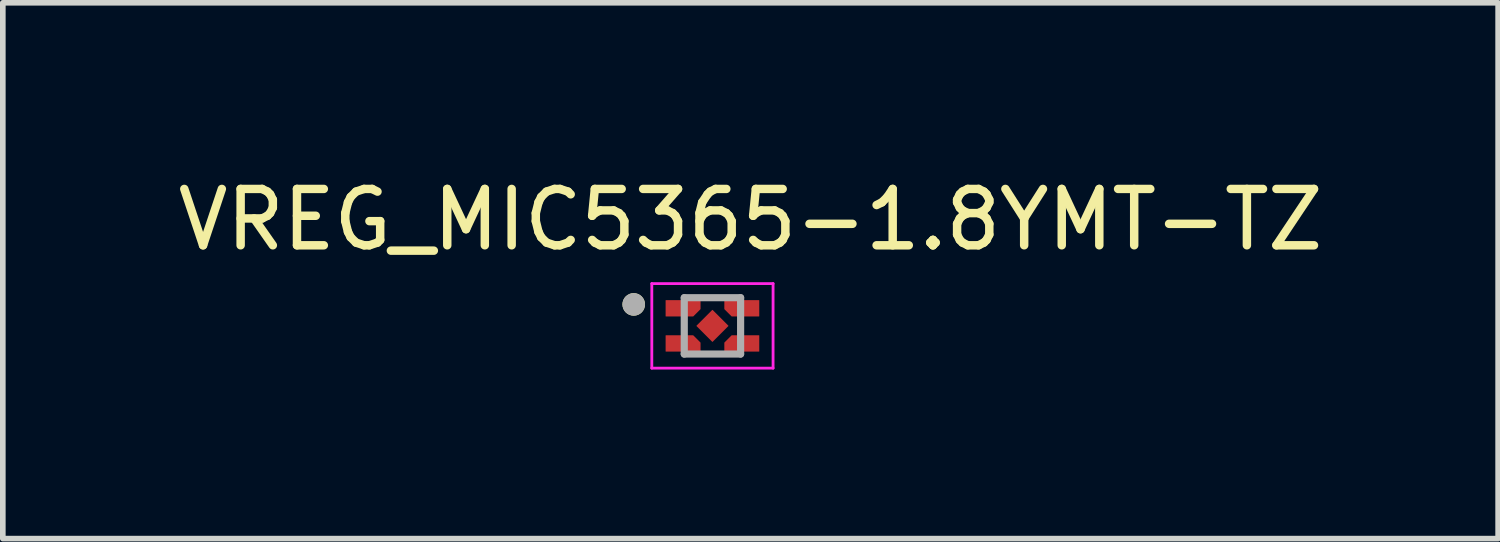
<source format=kicad_pcb>
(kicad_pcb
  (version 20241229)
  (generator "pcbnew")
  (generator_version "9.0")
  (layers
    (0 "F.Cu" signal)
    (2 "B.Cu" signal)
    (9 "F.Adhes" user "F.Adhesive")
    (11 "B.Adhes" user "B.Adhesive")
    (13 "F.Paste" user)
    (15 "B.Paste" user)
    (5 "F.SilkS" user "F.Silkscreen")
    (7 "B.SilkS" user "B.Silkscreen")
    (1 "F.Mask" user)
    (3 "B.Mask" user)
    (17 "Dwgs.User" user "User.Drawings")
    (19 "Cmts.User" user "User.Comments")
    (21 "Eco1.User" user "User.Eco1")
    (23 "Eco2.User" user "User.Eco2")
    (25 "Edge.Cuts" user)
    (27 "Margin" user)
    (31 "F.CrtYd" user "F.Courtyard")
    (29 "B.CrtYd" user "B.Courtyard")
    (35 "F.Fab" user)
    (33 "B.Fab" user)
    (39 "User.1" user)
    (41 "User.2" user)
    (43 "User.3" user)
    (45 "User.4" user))
  (footprint "VREG_MIC5365-1.8YMT-TZ"
    (layer "F.Cu")
    (at 9.593 2.733)
    (property "Reference" "VREG_MIC5365-1.8YMT-TZ" (at 0.675 -1.885 0) (layer "F.SilkS") (effects (font (size 1 1) (thickness 0.15))))
    (attr smd)
    (fp_poly (pts (xy -0.35 0) (xy 0 0.35) (xy 0.35 0) (xy 0 -0.35)) (stroke (width 0.01) (type solid)) (fill yes) (layer "F.Mask"))
    (fp_poly (pts (xy -0.875 0.123) (xy -0.875 0.502) (xy -0.166 0.502) (xy -0.166 0.273) (xy -0.316 0.123)) (stroke (width 0.01) (type solid)) (fill yes) (layer "F.Mask"))
    (fp_poly (pts (xy -0.166 -0.502) (xy -0.166 -0.273) (xy -0.316 -0.123) (xy -0.875 -0.123) (xy -0.875 -0.502)) (stroke (width 0.01) (type solid)) (fill yes) (layer "F.Mask"))
    (fp_poly (pts (xy 0.166 -0.502) (xy 0.166 -0.273) (xy 0.316 -0.123) (xy 0.875 -0.123) (xy 0.875 -0.502)) (stroke (width 0.01) (type solid)) (fill yes) (layer "F.Mask"))
    (fp_poly (pts (xy 0.875 0.502) (xy 0.166 0.502) (xy 0.166 0.273) (xy 0.316 0.123) (xy 0.875 0.123)) (stroke (width 0.01) (type solid)) (fill yes) (layer "F.Mask"))
    (fp_circle (center -1.397 -0.381) (end -1.297 -0.381) (stroke (width 0.2) (type solid)) (fill no) (layer "F.SilkS"))
    (fp_poly (pts (xy -0.279 0) (xy 0 0.279) (xy 0.279 0) (xy 0 -0.279)) (stroke (width 0.01) (type solid)) (fill yes) (layer "F.Paste"))
    (fp_poly (pts (xy -0.826 -0.452) (xy -0.826 -0.173) (xy -0.343 -0.173) (xy -0.216 -0.3) (xy -0.216 -0.452)) (stroke (width 0.01) (type solid)) (fill yes) (layer "F.Paste"))
    (fp_poly (pts (xy -0.826 0.452) (xy -0.826 0.173) (xy -0.343 0.173) (xy -0.216 0.3) (xy -0.216 0.452)) (stroke (width 0.01) (type solid)) (fill yes) (layer "F.Paste"))
    (fp_poly (pts (xy 0.826 -0.452) (xy 0.826 -0.173) (xy 0.343 -0.173) (xy 0.216 -0.3) (xy 0.216 -0.452)) (stroke (width 0.01) (type solid)) (fill yes) (layer "F.Paste"))
    (fp_poly (pts (xy 0.826 0.452) (xy 0.826 0.173) (xy 0.343 0.173) (xy 0.216 0.3) (xy 0.216 0.452)) (stroke (width 0.01) (type solid)) (fill yes) (layer "F.Paste"))
    (fp_line (start -1.076 -0.75) (end 1.076 -0.75) (stroke (width 0.05) (type solid)) (layer "F.CrtYd"))
    (fp_line (start -1.076 0.75) (end -1.076 -0.75) (stroke (width 0.05) (type solid)) (layer "F.CrtYd"))
    (fp_line (start 1.076 -0.75) (end 1.076 0.75) (stroke (width 0.05) (type solid)) (layer "F.CrtYd"))
    (fp_line (start 1.076 0.75) (end -1.076 0.75) (stroke (width 0.05) (type solid)) (layer "F.CrtYd"))
    (fp_line (start -0.5 -0.5) (end -0.5 0.5) (stroke (width 0.127) (type solid)) (layer "F.Fab"))
    (fp_line (start -0.5 0.5) (end 0.5 0.5) (stroke (width 0.127) (type solid)) (layer "F.Fab"))
    (fp_line (start 0.5 -0.5) (end -0.5 -0.5) (stroke (width 0.127) (type solid)) (layer "F.Fab"))
    (fp_line (start 0.5 0.5) (end 0.5 -0.5) (stroke (width 0.127) (type solid)) (layer "F.Fab"))
    (fp_circle (center -1.397 -0.381) (end -1.297 -0.381) (stroke (width 0.2) (type solid)) (fill no) (layer "F.Fab"))
    (pad "1" smd custom (at -0.521 -0.312) (size 0.1 0.1) (layers "F.Cu") (options (anchor rect)) (primitives (gr_poly (pts (xy -0.305 -0.14) (xy -0.305 0.14) (xy 0.178 0.14) (xy 0.305 0.013) (xy 0.305 -0.14)) (width 0.01) (fill yes))))
    (pad "2" smd custom (at -0.521 0.312) (size 0.1 0.1) (layers "F.Cu") (options (anchor rect)) (primitives (gr_poly (pts (xy -0.305 0.14) (xy -0.305 -0.14) (xy 0.178 -0.14) (xy 0.305 -0.013) (xy 0.305 0.14)) (width 0.01) (fill yes))))
    (pad "3" smd custom (at 0.521 0.312) (size 0.1 0.1) (layers "F.Cu") (options (anchor rect)) (primitives (gr_poly (pts (xy 0.305 0.14) (xy 0.305 -0.14) (xy -0.178 -0.14) (xy -0.305 -0.013) (xy -0.305 0.14)) (width 0.01) (fill yes))))
    (pad "4" smd custom (at 0.521 -0.312) (size 0.1 0.1) (layers "F.Cu") (options (anchor rect)) (primitives (gr_poly (pts (xy 0.305 -0.14) (xy 0.305 0.14) (xy -0.178 0.14) (xy -0.305 0.013) (xy -0.305 -0.14)) (width 0.01) (fill yes))))
    (pad "EP" smd custom (at 0 0) (size 0.1 0.1) (layers "F.Cu") (options (anchor rect)) (primitives (gr_poly (pts (xy -0.279 0) (xy 0 0.279) (xy 0.279 0) (xy 0 -0.279)) (width 0.01) (fill yes)))))
  (gr_rect
    (start -3 -3)
    (end 23.536 6.508)
    (stroke (width 0.1) (type default))
    (fill no)
    (layer "Edge.Cuts")))
</source>
